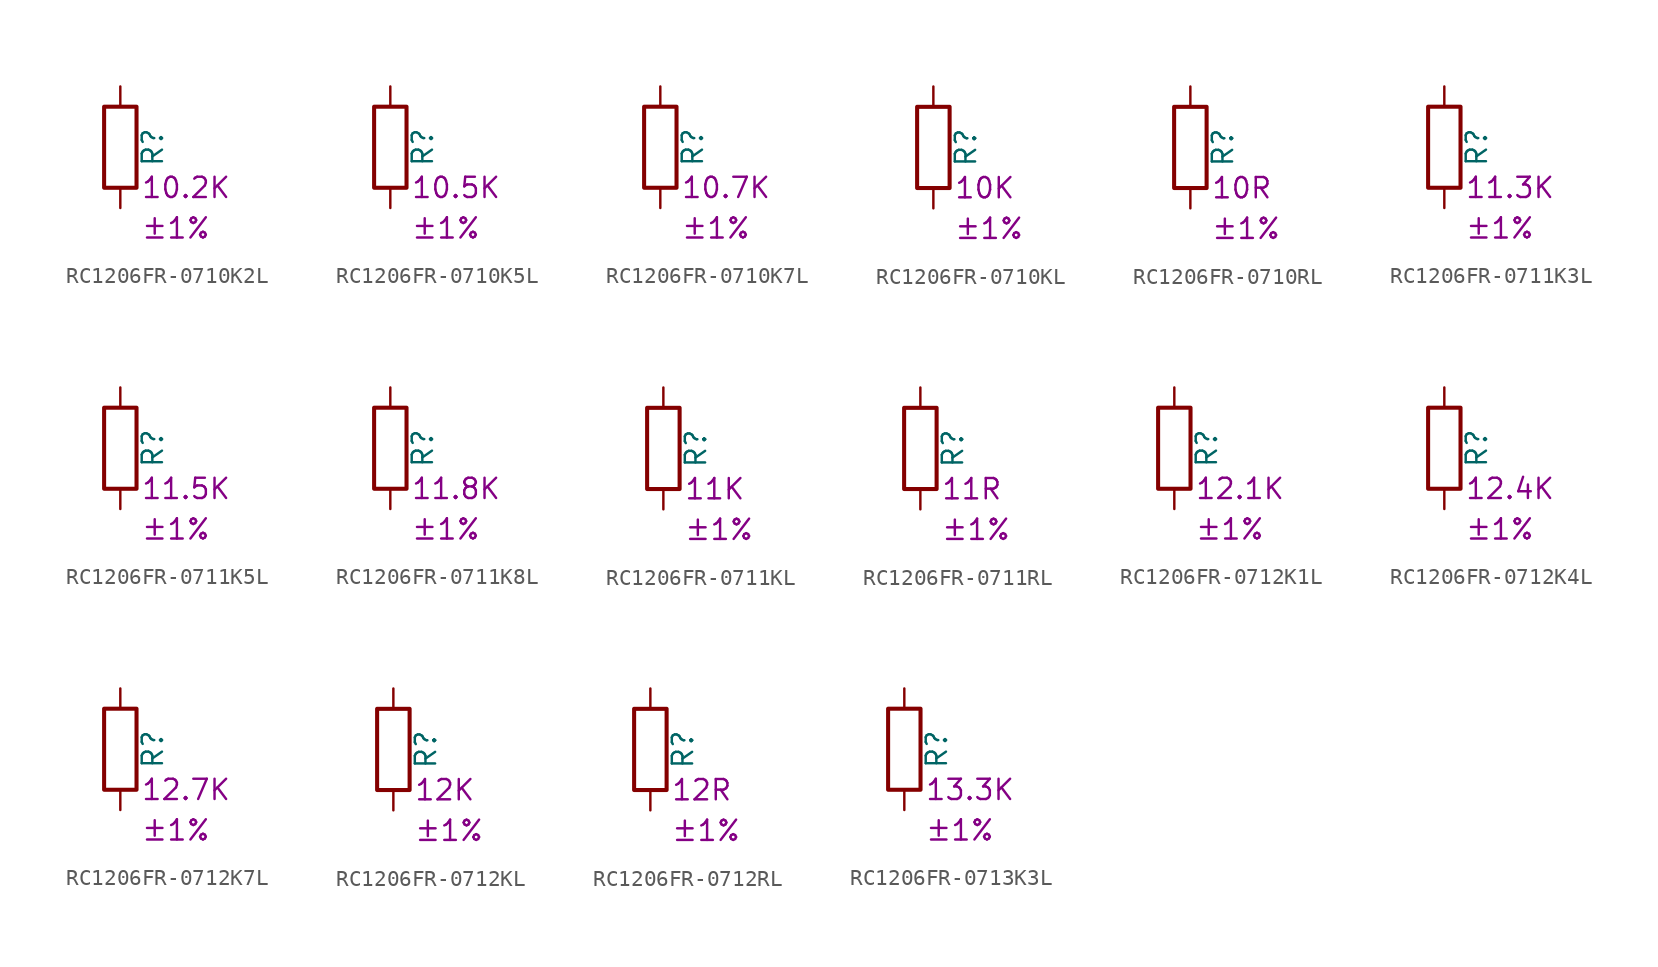
<source format=kicad_sym>
(kicad_symbol_lib
  (version 20220914)
  (generator kicad_symbol_editor)
  (symbol "RC1206FR-0710K2L"
    (pin_numbers hide)
    (pin_names
      (offset 0))
    (property "Reference" "R"
      (at 2.032 0 90)
      (effects (font (size 1.27 1.27))))
    (property "Resistance" "10.2K"
      (at 1.27 -2.54 0)
      (effects (font (size 1.27 1.27)) (justify left)))
    (property "Tolerance" "±1%"
      (at 1.27 -5.08 0)
      (effects (font (size 1.27 1.27)) (justify left)))
    (symbol "RC1206FR-0710K2L_0_1"
      (rectangle (start -1.016 -2.54) (end 1.016 2.54) (stroke (width 0.254) (type default)) (fill (type none))))
    (symbol "RC1206FR-0710K2L_1_1"
      (pin passive line (at 0 3.81 270) (length 1.27) (name "~" (effects (font (size 1.27 1.27)))) (number "1" (effects (font (size 1.27 1.27)))))
      (pin passive line (at 0 -3.81 90) (length 1.27) (name "~" (effects (font (size 1.27 1.27)))) (number "2" (effects (font (size 1.27 1.27)))))))
  (symbol "RC1206FR-0710K5L"
    (pin_numbers hide)
    (pin_names
      (offset 0))
    (property "Reference" "R"
      (at 2.032 0 90)
      (effects (font (size 1.27 1.27))))
    (property "Resistance" "10.5K"
      (at 1.27 -2.54 0)
      (effects (font (size 1.27 1.27)) (justify left)))
    (property "Tolerance" "±1%"
      (at 1.27 -5.08 0)
      (effects (font (size 1.27 1.27)) (justify left)))
    (symbol "RC1206FR-0710K5L_0_1"
      (rectangle (start -1.016 -2.54) (end 1.016 2.54) (stroke (width 0.254) (type default)) (fill (type none))))
    (symbol "RC1206FR-0710K5L_1_1"
      (pin passive line (at 0 3.81 270) (length 1.27) (name "~" (effects (font (size 1.27 1.27)))) (number "1" (effects (font (size 1.27 1.27)))))
      (pin passive line (at 0 -3.81 90) (length 1.27) (name "~" (effects (font (size 1.27 1.27)))) (number "2" (effects (font (size 1.27 1.27)))))))
  (symbol "RC1206FR-0710K7L"
    (pin_numbers hide)
    (pin_names
      (offset 0))
    (property "Reference" "R"
      (at 2.032 0 90)
      (effects (font (size 1.27 1.27))))
    (property "Resistance" "10.7K"
      (at 1.27 -2.54 0)
      (effects (font (size 1.27 1.27)) (justify left)))
    (property "Tolerance" "±1%"
      (at 1.27 -5.08 0)
      (effects (font (size 1.27 1.27)) (justify left)))
    (symbol "RC1206FR-0710K7L_0_1"
      (rectangle (start -1.016 -2.54) (end 1.016 2.54) (stroke (width 0.254) (type default)) (fill (type none))))
    (symbol "RC1206FR-0710K7L_1_1"
      (pin passive line (at 0 3.81 270) (length 1.27) (name "~" (effects (font (size 1.27 1.27)))) (number "1" (effects (font (size 1.27 1.27)))))
      (pin passive line (at 0 -3.81 90) (length 1.27) (name "~" (effects (font (size 1.27 1.27)))) (number "2" (effects (font (size 1.27 1.27)))))))
  (symbol "RC1206FR-0710KL"
    (pin_numbers hide)
    (pin_names
      (offset 0))
    (property "Reference" "R"
      (at 2.032 0 90)
      (effects (font (size 1.27 1.27))))
    (property "Resistance" "10K"
      (at 1.27 -2.54 0)
      (effects (font (size 1.27 1.27)) (justify left)))
    (property "Tolerance" "±1%"
      (at 1.27 -5.08 0)
      (effects (font (size 1.27 1.27)) (justify left)))
    (symbol "RC1206FR-0710KL_0_1"
      (rectangle (start -1.016 -2.54) (end 1.016 2.54) (stroke (width 0.254) (type default)) (fill (type none))))
    (symbol "RC1206FR-0710KL_1_1"
      (pin passive line (at 0 3.81 270) (length 1.27) (name "~" (effects (font (size 1.27 1.27)))) (number "1" (effects (font (size 1.27 1.27)))))
      (pin passive line (at 0 -3.81 90) (length 1.27) (name "~" (effects (font (size 1.27 1.27)))) (number "2" (effects (font (size 1.27 1.27)))))))
  (symbol "RC1206FR-0710RL"
    (pin_numbers hide)
    (pin_names
      (offset 0))
    (property "Reference" "R"
      (at 2.032 0 90)
      (effects (font (size 1.27 1.27))))
    (property "Resistance" "10R"
      (at 1.27 -2.54 0)
      (effects (font (size 1.27 1.27)) (justify left)))
    (property "Tolerance" "±1%"
      (at 1.27 -5.08 0)
      (effects (font (size 1.27 1.27)) (justify left)))
    (symbol "RC1206FR-0710RL_0_1"
      (rectangle (start -1.016 -2.54) (end 1.016 2.54) (stroke (width 0.254) (type default)) (fill (type none))))
    (symbol "RC1206FR-0710RL_1_1"
      (pin passive line (at 0 3.81 270) (length 1.27) (name "~" (effects (font (size 1.27 1.27)))) (number "1" (effects (font (size 1.27 1.27)))))
      (pin passive line (at 0 -3.81 90) (length 1.27) (name "~" (effects (font (size 1.27 1.27)))) (number "2" (effects (font (size 1.27 1.27)))))))
  (symbol "RC1206FR-0711K3L"
    (pin_numbers hide)
    (pin_names
      (offset 0))
    (property "Reference" "R"
      (at 2.032 0 90)
      (effects (font (size 1.27 1.27))))
    (property "Resistance" "11.3K"
      (at 1.27 -2.54 0)
      (effects (font (size 1.27 1.27)) (justify left)))
    (property "Tolerance" "±1%"
      (at 1.27 -5.08 0)
      (effects (font (size 1.27 1.27)) (justify left)))
    (symbol "RC1206FR-0711K3L_0_1"
      (rectangle (start -1.016 -2.54) (end 1.016 2.54) (stroke (width 0.254) (type default)) (fill (type none))))
    (symbol "RC1206FR-0711K3L_1_1"
      (pin passive line (at 0 3.81 270) (length 1.27) (name "~" (effects (font (size 1.27 1.27)))) (number "1" (effects (font (size 1.27 1.27)))))
      (pin passive line (at 0 -3.81 90) (length 1.27) (name "~" (effects (font (size 1.27 1.27)))) (number "2" (effects (font (size 1.27 1.27)))))))
  (symbol "RC1206FR-0711K5L"
    (pin_numbers hide)
    (pin_names
      (offset 0))
    (property "Reference" "R"
      (at 2.032 0 90)
      (effects (font (size 1.27 1.27))))
    (property "Resistance" "11.5K"
      (at 1.27 -2.54 0)
      (effects (font (size 1.27 1.27)) (justify left)))
    (property "Tolerance" "±1%"
      (at 1.27 -5.08 0)
      (effects (font (size 1.27 1.27)) (justify left)))
    (symbol "RC1206FR-0711K5L_0_1"
      (rectangle (start -1.016 -2.54) (end 1.016 2.54) (stroke (width 0.254) (type default)) (fill (type none))))
    (symbol "RC1206FR-0711K5L_1_1"
      (pin passive line (at 0 3.81 270) (length 1.27) (name "~" (effects (font (size 1.27 1.27)))) (number "1" (effects (font (size 1.27 1.27)))))
      (pin passive line (at 0 -3.81 90) (length 1.27) (name "~" (effects (font (size 1.27 1.27)))) (number "2" (effects (font (size 1.27 1.27)))))))
  (symbol "RC1206FR-0711K8L"
    (pin_numbers hide)
    (pin_names
      (offset 0))
    (property "Reference" "R"
      (at 2.032 0 90)
      (effects (font (size 1.27 1.27))))
    (property "Resistance" "11.8K"
      (at 1.27 -2.54 0)
      (effects (font (size 1.27 1.27)) (justify left)))
    (property "Tolerance" "±1%"
      (at 1.27 -5.08 0)
      (effects (font (size 1.27 1.27)) (justify left)))
    (symbol "RC1206FR-0711K8L_0_1"
      (rectangle (start -1.016 -2.54) (end 1.016 2.54) (stroke (width 0.254) (type default)) (fill (type none))))
    (symbol "RC1206FR-0711K8L_1_1"
      (pin passive line (at 0 3.81 270) (length 1.27) (name "~" (effects (font (size 1.27 1.27)))) (number "1" (effects (font (size 1.27 1.27)))))
      (pin passive line (at 0 -3.81 90) (length 1.27) (name "~" (effects (font (size 1.27 1.27)))) (number "2" (effects (font (size 1.27 1.27)))))))
  (symbol "RC1206FR-0711KL"
    (pin_numbers hide)
    (pin_names
      (offset 0))
    (property "Reference" "R"
      (at 2.032 0 90)
      (effects (font (size 1.27 1.27))))
    (property "Resistance" "11K"
      (at 1.27 -2.54 0)
      (effects (font (size 1.27 1.27)) (justify left)))
    (property "Tolerance" "±1%"
      (at 1.27 -5.08 0)
      (effects (font (size 1.27 1.27)) (justify left)))
    (symbol "RC1206FR-0711KL_0_1"
      (rectangle (start -1.016 -2.54) (end 1.016 2.54) (stroke (width 0.254) (type default)) (fill (type none))))
    (symbol "RC1206FR-0711KL_1_1"
      (pin passive line (at 0 3.81 270) (length 1.27) (name "~" (effects (font (size 1.27 1.27)))) (number "1" (effects (font (size 1.27 1.27)))))
      (pin passive line (at 0 -3.81 90) (length 1.27) (name "~" (effects (font (size 1.27 1.27)))) (number "2" (effects (font (size 1.27 1.27)))))))
  (symbol "RC1206FR-0711RL"
    (pin_numbers hide)
    (pin_names
      (offset 0))
    (property "Reference" "R"
      (at 2.032 0 90)
      (effects (font (size 1.27 1.27))))
    (property "Resistance" "11R"
      (at 1.27 -2.54 0)
      (effects (font (size 1.27 1.27)) (justify left)))
    (property "Tolerance" "±1%"
      (at 1.27 -5.08 0)
      (effects (font (size 1.27 1.27)) (justify left)))
    (symbol "RC1206FR-0711RL_0_1"
      (rectangle (start -1.016 -2.54) (end 1.016 2.54) (stroke (width 0.254) (type default)) (fill (type none))))
    (symbol "RC1206FR-0711RL_1_1"
      (pin passive line (at 0 3.81 270) (length 1.27) (name "~" (effects (font (size 1.27 1.27)))) (number "1" (effects (font (size 1.27 1.27)))))
      (pin passive line (at 0 -3.81 90) (length 1.27) (name "~" (effects (font (size 1.27 1.27)))) (number "2" (effects (font (size 1.27 1.27)))))))
  (symbol "RC1206FR-0712K1L"
    (pin_numbers hide)
    (pin_names
      (offset 0))
    (property "Reference" "R"
      (at 2.032 0 90)
      (effects (font (size 1.27 1.27))))
    (property "Resistance" "12.1K"
      (at 1.27 -2.54 0)
      (effects (font (size 1.27 1.27)) (justify left)))
    (property "Tolerance" "±1%"
      (at 1.27 -5.08 0)
      (effects (font (size 1.27 1.27)) (justify left)))
    (symbol "RC1206FR-0712K1L_0_1"
      (rectangle (start -1.016 -2.54) (end 1.016 2.54) (stroke (width 0.254) (type default)) (fill (type none))))
    (symbol "RC1206FR-0712K1L_1_1"
      (pin passive line (at 0 3.81 270) (length 1.27) (name "~" (effects (font (size 1.27 1.27)))) (number "1" (effects (font (size 1.27 1.27)))))
      (pin passive line (at 0 -3.81 90) (length 1.27) (name "~" (effects (font (size 1.27 1.27)))) (number "2" (effects (font (size 1.27 1.27)))))))
  (symbol "RC1206FR-0712K4L"
    (pin_numbers hide)
    (pin_names
      (offset 0))
    (property "Reference" "R"
      (at 2.032 0 90)
      (effects (font (size 1.27 1.27))))
    (property "Resistance" "12.4K"
      (at 1.27 -2.54 0)
      (effects (font (size 1.27 1.27)) (justify left)))
    (property "Tolerance" "±1%"
      (at 1.27 -5.08 0)
      (effects (font (size 1.27 1.27)) (justify left)))
    (symbol "RC1206FR-0712K4L_0_1"
      (rectangle (start -1.016 -2.54) (end 1.016 2.54) (stroke (width 0.254) (type default)) (fill (type none))))
    (symbol "RC1206FR-0712K4L_1_1"
      (pin passive line (at 0 3.81 270) (length 1.27) (name "~" (effects (font (size 1.27 1.27)))) (number "1" (effects (font (size 1.27 1.27)))))
      (pin passive line (at 0 -3.81 90) (length 1.27) (name "~" (effects (font (size 1.27 1.27)))) (number "2" (effects (font (size 1.27 1.27)))))))
  (symbol "RC1206FR-0712K7L"
    (pin_numbers hide)
    (pin_names
      (offset 0))
    (property "Reference" "R"
      (at 2.032 0 90)
      (effects (font (size 1.27 1.27))))
    (property "Resistance" "12.7K"
      (at 1.27 -2.54 0)
      (effects (font (size 1.27 1.27)) (justify left)))
    (property "Tolerance" "±1%"
      (at 1.27 -5.08 0)
      (effects (font (size 1.27 1.27)) (justify left)))
    (symbol "RC1206FR-0712K7L_0_1"
      (rectangle (start -1.016 -2.54) (end 1.016 2.54) (stroke (width 0.254) (type default)) (fill (type none))))
    (symbol "RC1206FR-0712K7L_1_1"
      (pin passive line (at 0 3.81 270) (length 1.27) (name "~" (effects (font (size 1.27 1.27)))) (number "1" (effects (font (size 1.27 1.27)))))
      (pin passive line (at 0 -3.81 90) (length 1.27) (name "~" (effects (font (size 1.27 1.27)))) (number "2" (effects (font (size 1.27 1.27)))))))
  (symbol "RC1206FR-0712KL"
    (pin_numbers hide)
    (pin_names
      (offset 0))
    (property "Reference" "R"
      (at 2.032 0 90)
      (effects (font (size 1.27 1.27))))
    (property "Resistance" "12K"
      (at 1.27 -2.54 0)
      (effects (font (size 1.27 1.27)) (justify left)))
    (property "Tolerance" "±1%"
      (at 1.27 -5.08 0)
      (effects (font (size 1.27 1.27)) (justify left)))
    (symbol "RC1206FR-0712KL_0_1"
      (rectangle (start -1.016 -2.54) (end 1.016 2.54) (stroke (width 0.254) (type default)) (fill (type none))))
    (symbol "RC1206FR-0712KL_1_1"
      (pin passive line (at 0 3.81 270) (length 1.27) (name "~" (effects (font (size 1.27 1.27)))) (number "1" (effects (font (size 1.27 1.27)))))
      (pin passive line (at 0 -3.81 90) (length 1.27) (name "~" (effects (font (size 1.27 1.27)))) (number "2" (effects (font (size 1.27 1.27)))))))
  (symbol "RC1206FR-0712RL"
    (pin_numbers hide)
    (pin_names
      (offset 0))
    (property "Reference" "R"
      (at 2.032 0 90)
      (effects (font (size 1.27 1.27))))
    (property "Resistance" "12R"
      (at 1.27 -2.54 0)
      (effects (font (size 1.27 1.27)) (justify left)))
    (property "Tolerance" "±1%"
      (at 1.27 -5.08 0)
      (effects (font (size 1.27 1.27)) (justify left)))
    (symbol "RC1206FR-0712RL_0_1"
      (rectangle (start -1.016 -2.54) (end 1.016 2.54) (stroke (width 0.254) (type default)) (fill (type none))))
    (symbol "RC1206FR-0712RL_1_1"
      (pin passive line (at 0 3.81 270) (length 1.27) (name "~" (effects (font (size 1.27 1.27)))) (number "1" (effects (font (size 1.27 1.27)))))
      (pin passive line (at 0 -3.81 90) (length 1.27) (name "~" (effects (font (size 1.27 1.27)))) (number "2" (effects (font (size 1.27 1.27)))))))
  (symbol "RC1206FR-0713K3L"
    (pin_numbers hide)
    (pin_names
      (offset 0))
    (property "Reference" "R"
      (at 2.032 0 90)
      (effects (font (size 1.27 1.27))))
    (property "Resistance" "13.3K"
      (at 1.27 -2.54 0)
      (effects (font (size 1.27 1.27)) (justify left)))
    (property "Tolerance" "±1%"
      (at 1.27 -5.08 0)
      (effects (font (size 1.27 1.27)) (justify left)))
    (symbol "RC1206FR-0713K3L_0_1"
      (rectangle (start -1.016 -2.54) (end 1.016 2.54) (stroke (width 0.254) (type default)) (fill (type none))))
    (symbol "RC1206FR-0713K3L_1_1"
      (pin passive line (at 0 3.81 270) (length 1.27) (name "~" (effects (font (size 1.27 1.27)))) (number "1" (effects (font (size 1.27 1.27)))))
      (pin passive line (at 0 -3.81 90) (length 1.27) (name "~" (effects (font (size 1.27 1.27)))) (number "2" (effects (font (size 1.27 1.27))))))))
</source>
